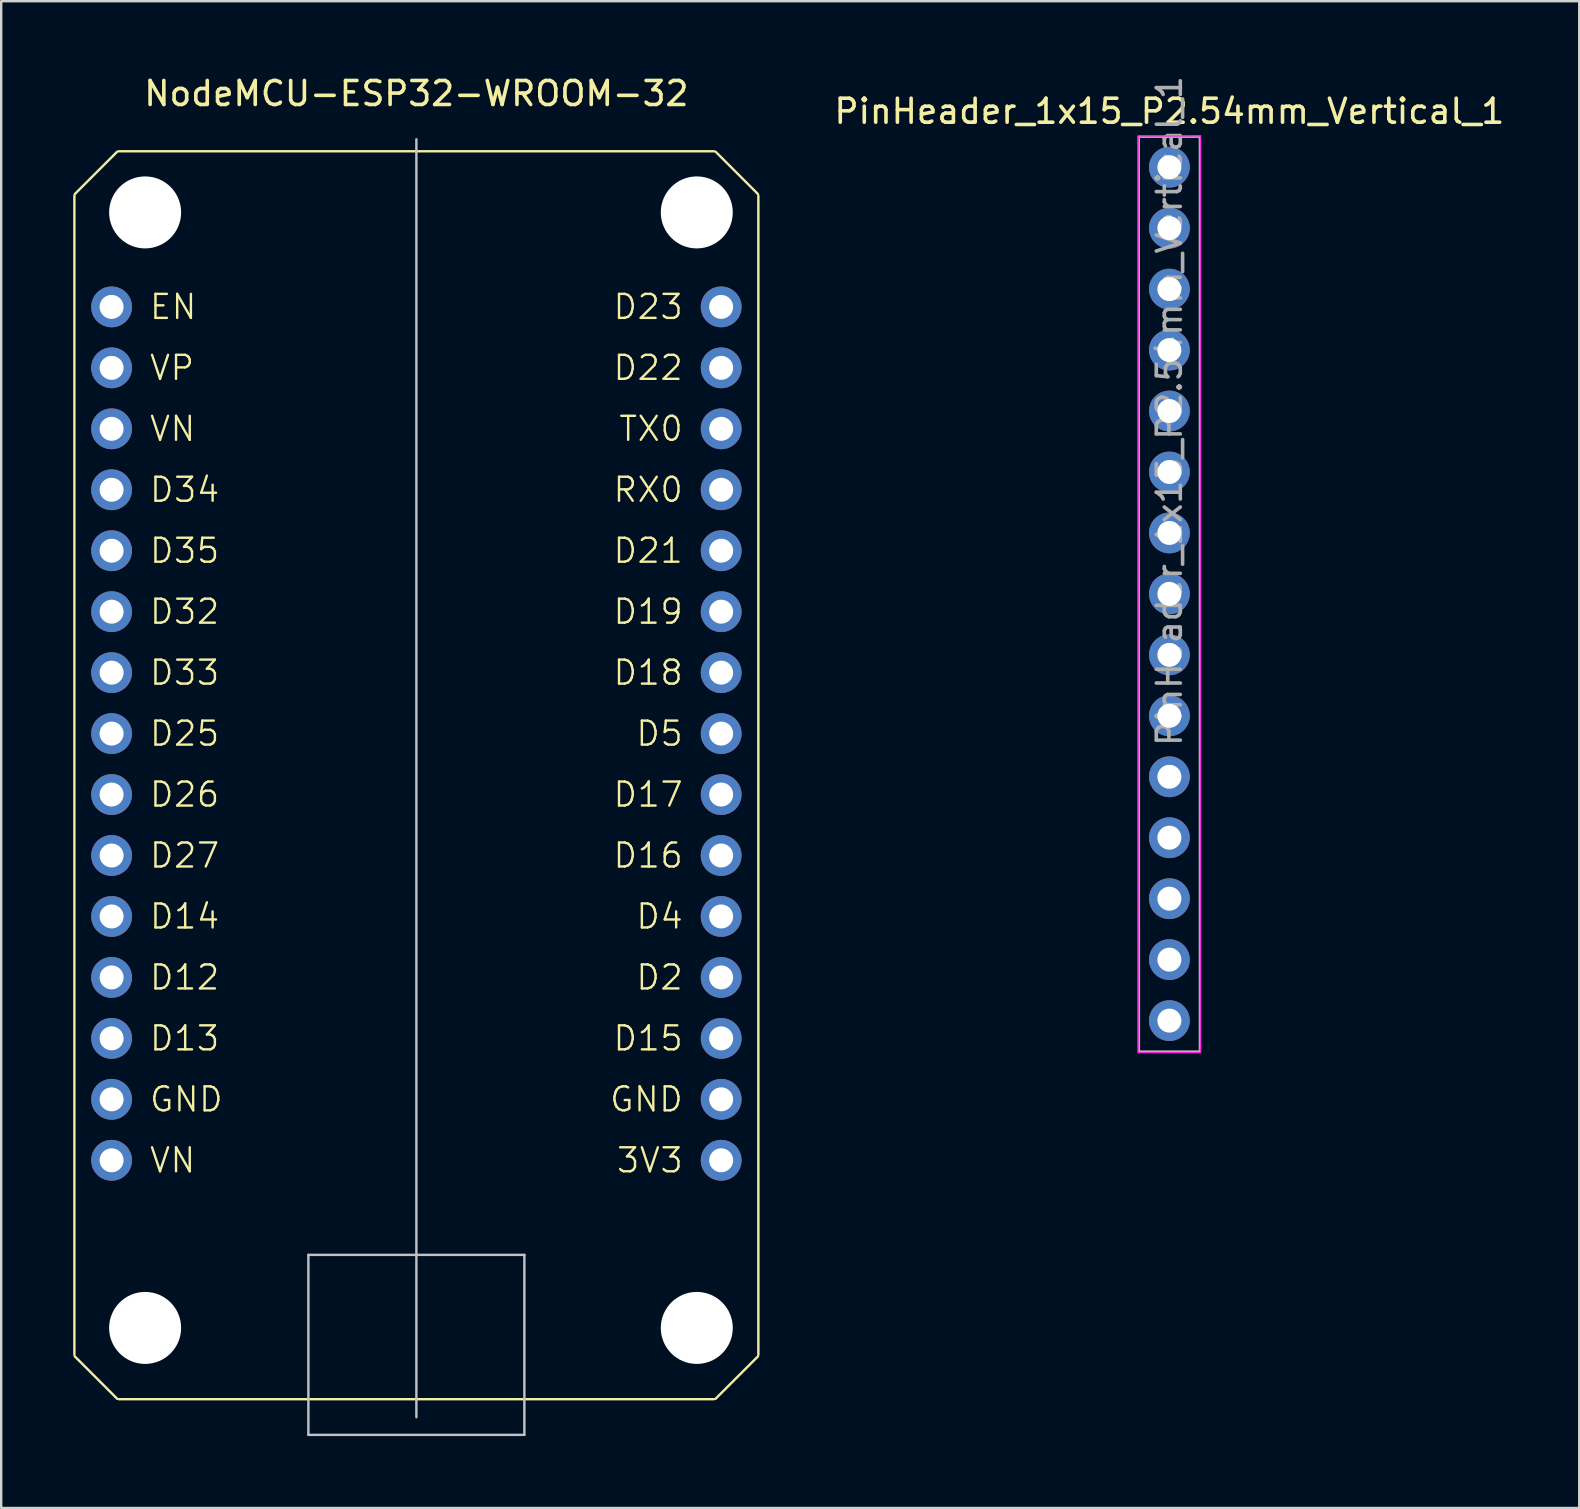
<source format=kicad_pcb>
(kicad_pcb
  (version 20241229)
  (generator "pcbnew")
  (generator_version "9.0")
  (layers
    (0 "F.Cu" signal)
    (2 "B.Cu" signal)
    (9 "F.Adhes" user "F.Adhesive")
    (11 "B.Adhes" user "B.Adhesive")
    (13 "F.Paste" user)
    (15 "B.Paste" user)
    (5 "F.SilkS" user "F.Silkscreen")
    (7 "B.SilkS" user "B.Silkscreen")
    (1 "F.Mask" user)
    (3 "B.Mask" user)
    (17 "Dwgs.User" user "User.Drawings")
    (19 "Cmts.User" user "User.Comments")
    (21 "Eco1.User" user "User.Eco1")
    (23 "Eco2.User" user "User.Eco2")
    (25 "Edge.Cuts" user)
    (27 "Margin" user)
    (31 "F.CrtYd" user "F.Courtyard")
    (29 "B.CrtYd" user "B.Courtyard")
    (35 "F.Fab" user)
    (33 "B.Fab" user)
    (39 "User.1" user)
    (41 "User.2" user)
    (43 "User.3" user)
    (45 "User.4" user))
  (footprint "PinHeader_1x15_P2.54mm_Vertical_1"
    (layer "F.Cu")
    (at 45.677 3.917)
    (property "Reference" "PinHeader_1x15_P2.54mm_Vertical_1" (at 0 -2.33 0) (layer "F.SilkS") (effects (font (size 1 1) (thickness 0.15))))
    (attr through_hole)
    (fp_line (start -1.3 -1.3) (end -1.3 36.895) (stroke (width 0.05) (type solid)) (layer "F.CrtYd"))
    (fp_line (start -1.3 36.895) (end 1.3 36.895) (stroke (width 0.05) (type solid)) (layer "F.CrtYd"))
    (fp_line (start 1.3 -1.3) (end -1.3 -1.3) (stroke (width 0.05) (type solid)) (layer "F.CrtYd"))
    (fp_line (start 1.3 36.895) (end 1.3 -1.3) (stroke (width 0.05) (type solid)) (layer "F.CrtYd"))
    (fp_line (start -1.275 -1.27) (end 1.27 -1.27) (stroke (width 0.1) (type solid)) (layer "F.Fab"))
    (fp_line (start -1.27 36.85) (end -1.275 -1.27) (stroke (width 0.1) (type solid)) (layer "F.Fab"))
    (fp_line (start 1.27 -1.27) (end 1.27 36.85) (stroke (width 0.1) (type solid)) (layer "F.Fab"))
    (fp_line (start 1.27 36.85) (end -1.27 36.85) (stroke (width 0.1) (type solid)) (layer "F.Fab"))
    (fp_text user "${REFERENCE}" (at 0 10.16 90) (layer "F.Fab") (effects (font (size 1 1) (thickness 0.15))))
    (pad "1" thru_hole oval (at 0 0) (size 1.7 1.7) (drill 1) (layers "*.Cu" "*.Mask"))
    (pad "2" thru_hole oval (at 0 2.54) (size 1.7 1.7) (drill 1) (layers "*.Cu" "*.Mask"))
    (pad "3" thru_hole oval (at 0 5.08) (size 1.7 1.7) (drill 1) (layers "*.Cu" "*.Mask"))
    (pad "4" thru_hole oval (at 0 7.62) (size 1.7 1.7) (drill 1) (layers "*.Cu" "*.Mask"))
    (pad "5" thru_hole oval (at 0 10.16) (size 1.7 1.7) (drill 1) (layers "*.Cu" "*.Mask"))
    (pad "6" thru_hole oval (at 0 12.7) (size 1.7 1.7) (drill 1) (layers "*.Cu" "*.Mask"))
    (pad "7" thru_hole oval (at 0 15.24) (size 1.7 1.7) (drill 1) (layers "*.Cu" "*.Mask"))
    (pad "8" thru_hole oval (at 0 17.78) (size 1.7 1.7) (drill 1) (layers "*.Cu" "*.Mask"))
    (pad "9" thru_hole oval (at 0 20.32) (size 1.7 1.7) (drill 1) (layers "*.Cu" "*.Mask"))
    (pad "10" thru_hole oval (at 0 22.86) (size 1.7 1.7) (drill 1) (layers "*.Cu" "*.Mask"))
    (pad "11" thru_hole oval (at 0 25.4) (size 1.7 1.7) (drill 1) (layers "*.Cu" "*.Mask"))
    (pad "12" thru_hole oval (at 0 27.94) (size 1.7 1.7) (drill 1) (layers "*.Cu" "*.Mask"))
    (pad "13" thru_hole oval (at 0 30.48) (size 1.7 1.7) (drill 1) (layers "*.Cu" "*.Mask"))
    (pad "14" thru_hole oval (at 0 33.02) (size 1.7 1.7) (drill 1) (layers "*.Cu" "*.Mask"))
    (pad "15" thru_hole oval (at 0 35.56) (size 1.7 1.7) (drill 1) (layers "*.Cu" "*.Mask")))
  (footprint "NodeMCU-ESP32-WROOM-32"
    (layer "F.Cu")
    (at 1.6 9.738)
    (property "Reference" "NodeMCU-ESP32-WROOM-32" (at 12.7 -8.89 0) (layer "F.SilkS") (effects (font (size 1 1) (thickness 0.15))))
    (attr through_hole)
    (fp_line (start -1.55 43.665) (end -1.55 -4.635) (stroke (width 0.1) (type default)) (layer "F.SilkS"))
    (fp_line (start 0.234 -6.469) (end -1.534 -4.701) (stroke (width 0.1) (type default)) (layer "F.SilkS"))
    (fp_line (start 0.234 45.499) (end -1.534 43.731) (stroke (width 0.1) (type default)) (layer "F.SilkS"))
    (fp_line (start 0.3 -6.485) (end 25.1 -6.485) (stroke (width 0.1) (type default)) (layer "F.SilkS"))
    (fp_line (start 25.1 45.515) (end 0.3 45.515) (stroke (width 0.1) (type default)) (layer "F.SilkS"))
    (fp_line (start 26.934 -4.701) (end 25.166 -6.469) (stroke (width 0.1) (type default)) (layer "F.SilkS"))
    (fp_line (start 26.934 43.731) (end 25.166 45.499) (stroke (width 0.1) (type default)) (layer "F.SilkS"))
    (fp_line (start 26.95 -4.635) (end 26.95 43.665) (stroke (width 0.1) (type default)) (layer "F.SilkS"))
    (fp_line (start 8.2 39.5) (end 8.2 47) (stroke (width 0.1) (type default)) (layer "Dwgs.User"))
    (fp_line (start 8.2 47) (end 17.2 47) (stroke (width 0.1) (type default)) (layer "Dwgs.User"))
    (fp_line (start 12.7 -6.985) (end 12.7 46.265) (stroke (width 0.1) (type default)) (layer "Dwgs.User"))
    (fp_line (start 17.2 39.5) (end 8.2 39.5) (stroke (width 0.1) (type default)) (layer "Dwgs.User"))
    (fp_line (start 17.2 47) (end 17.2 39.5) (stroke (width 0.1) (type default)) (layer "Dwgs.User"))
    (fp_text user "D19" (at 23.876 12.7 0) (unlocked yes) (layer "F.SilkS") (effects (font (size 1 1) (thickness 0.1)) (justify right)))
    (fp_text user "GND" (at 1.524 33.02 0) (unlocked yes) (layer "F.SilkS") (effects (font (size 1 1) (thickness 0.1)) (justify left)))
    (fp_text user "D35" (at 1.524 10.16 0) (unlocked yes) (layer "F.SilkS") (effects (font (size 1 1) (thickness 0.1)) (justify left)))
    (fp_text user "D32" (at 1.524 12.7 0) (unlocked yes) (layer "F.SilkS") (effects (font (size 1 1) (thickness 0.1)) (justify left)))
    (fp_text user "D33" (at 1.524 15.24 0) (unlocked yes) (layer "F.SilkS") (effects (font (size 1 1) (thickness 0.1)) (justify left)))
    (fp_text user "D26" (at 1.524 20.32 0) (unlocked yes) (layer "F.SilkS") (effects (font (size 1 1) (thickness 0.1)) (justify left)))
    (fp_text user "D27" (at 1.524 22.86 0) (unlocked yes) (layer "F.SilkS") (effects (font (size 1 1) (thickness 0.1)) (justify left)))
    (fp_text user "D23" (at 23.876 0 0) (unlocked yes) (layer "F.SilkS") (effects (font (size 1 1) (thickness 0.1)) (justify right)))
    (fp_text user "EN" (at 1.524 0 0) (unlocked yes) (layer "F.SilkS") (effects (font (size 1 1) (thickness 0.1)) (justify left)))
    (fp_text user "VN" (at 1.524 35.56 0) (unlocked yes) (layer "F.SilkS") (effects (font (size 1 1) (thickness 0.1)) (justify left)))
    (fp_text user "D13" (at 1.524 30.48 0) (unlocked yes) (layer "F.SilkS") (effects (font (size 1 1) (thickness 0.1)) (justify left)))
    (fp_text user "D12" (at 1.524 27.94 0) (unlocked yes) (layer "F.SilkS") (effects (font (size 1 1) (thickness 0.1)) (justify left)))
    (fp_text user "D34" (at 1.524 7.62 0) (unlocked yes) (layer "F.SilkS") (effects (font (size 1 1) (thickness 0.1)) (justify left)))
    (fp_text user "D2" (at 23.876 27.94 0) (unlocked yes) (layer "F.SilkS") (effects (font (size 1 1) (thickness 0.1)) (justify right)))
    (fp_text user "D21" (at 23.876 10.16 0) (unlocked yes) (layer "F.SilkS") (effects (font (size 1 1) (thickness 0.1)) (justify right)))
    (fp_text user "VN" (at 1.524 5.08 0) (unlocked yes) (layer "F.SilkS") (effects (font (size 1 1) (thickness 0.1)) (justify left)))
    (fp_text user "D15" (at 23.876 30.48 0) (unlocked yes) (layer "F.SilkS") (effects (font (size 1 1) (thickness 0.1)) (justify right)))
    (fp_text user "D4" (at 23.876 25.4 0) (unlocked yes) (layer "F.SilkS") (effects (font (size 1 1) (thickness 0.1)) (justify right)))
    (fp_text user "D14" (at 1.524 25.4 0) (unlocked yes) (layer "F.SilkS") (effects (font (size 1 1) (thickness 0.1)) (justify left)))
    (fp_text user "3V3" (at 23.876 35.56 0) (unlocked yes) (layer "F.SilkS") (effects (font (size 1 1) (thickness 0.1)) (justify right)))
    (fp_text user "TX0" (at 23.876 5.08 0) (unlocked yes) (layer "F.SilkS") (effects (font (size 1 1) (thickness 0.1)) (justify right)))
    (fp_text user "D25" (at 1.524 17.78 0) (unlocked yes) (layer "F.SilkS") (effects (font (size 1 1) (thickness 0.1)) (justify left)))
    (fp_text user "GND" (at 23.876 33.02 0) (unlocked yes) (layer "F.SilkS") (effects (font (size 1 1) (thickness 0.1)) (justify right)))
    (fp_text user "D5" (at 23.876 17.78 0) (unlocked yes) (layer "F.SilkS") (effects (font (size 1 1) (thickness 0.1)) (justify right)))
    (fp_text user "D17" (at 23.876 20.32 0) (unlocked yes) (layer "F.SilkS") (effects (font (size 1 1) (thickness 0.1)) (justify right)))
    (fp_text user "D22" (at 23.876 2.54 0) (unlocked yes) (layer "F.SilkS") (effects (font (size 1 1) (thickness 0.1)) (justify right)))
    (fp_text user "RX0" (at 23.876 7.62 0) (unlocked yes) (layer "F.SilkS") (effects (font (size 1 1) (thickness 0.1)) (justify right)))
    (fp_text user "VP" (at 1.524 2.54 0) (unlocked yes) (layer "F.SilkS") (effects (font (size 1 1) (thickness 0.1)) (justify left)))
    (fp_text user "D16" (at 23.876 22.86 0) (unlocked yes) (layer "F.SilkS") (effects (font (size 1 1) (thickness 0.1)) (justify right)))
    (fp_text user "D18" (at 23.876 15.24 0) (unlocked yes) (layer "F.SilkS") (effects (font (size 1 1) (thickness 0.1)) (justify right)))
    (pad "" np_thru_hole circle (at 1.397 -3.937) (size 3 3) (drill 3) (layers "*.Cu" "*.Mask"))
    (pad "" np_thru_hole circle (at 1.397 42.545) (size 3 3) (drill 3) (layers "*.Cu" "*.Mask"))
    (pad "" np_thru_hole circle (at 24.384 -3.937) (size 3 3) (drill 3) (layers "*.Cu" "*.Mask"))
    (pad "" np_thru_hole circle (at 24.384 42.545) (size 3 3) (drill 3) (layers "*.Cu" "*.Mask"))
    (pad "1" thru_hole oval (at 0 0) (size 1.7 1.7) (drill 1) (layers "*.Cu" "*.Mask"))
    (pad "2" thru_hole oval (at 0 2.54) (size 1.7 1.7) (drill 1) (layers "*.Cu" "*.Mask"))
    (pad "3" thru_hole oval (at 0 5.08) (size 1.7 1.7) (drill 1) (layers "*.Cu" "*.Mask"))
    (pad "4" thru_hole oval (at 0 7.62) (size 1.7 1.7) (drill 1) (layers "*.Cu" "*.Mask"))
    (pad "5" thru_hole oval (at 0 10.16) (size 1.7 1.7) (drill 1) (layers "*.Cu" "*.Mask"))
    (pad "6" thru_hole oval (at 0 12.7) (size 1.7 1.7) (drill 1) (layers "*.Cu" "*.Mask"))
    (pad "7" thru_hole oval (at 0 15.24) (size 1.7 1.7) (drill 1) (layers "*.Cu" "*.Mask"))
    (pad "8" thru_hole oval (at 0 17.78) (size 1.7 1.7) (drill 1) (layers "*.Cu" "*.Mask"))
    (pad "9" thru_hole oval (at 0 20.32) (size 1.7 1.7) (drill 1) (layers "*.Cu" "*.Mask"))
    (pad "10" thru_hole oval (at 0 22.86) (size 1.7 1.7) (drill 1) (layers "*.Cu" "*.Mask"))
    (pad "11" thru_hole oval (at 0 25.4) (size 1.7 1.7) (drill 1) (layers "*.Cu" "*.Mask"))
    (pad "12" thru_hole oval (at 0 27.94) (size 1.7 1.7) (drill 1) (layers "*.Cu" "*.Mask"))
    (pad "13" thru_hole oval (at 0 30.48) (size 1.7 1.7) (drill 1) (layers "*.Cu" "*.Mask"))
    (pad "14" thru_hole oval (at 0 33.02) (size 1.7 1.7) (drill 1) (layers "*.Cu" "*.Mask"))
    (pad "15" thru_hole oval (at 0 35.56) (size 1.7 1.7) (drill 1) (layers "*.Cu" "*.Mask"))
    (pad "16" thru_hole oval (at 25.4 35.56) (size 1.7 1.7) (drill 1) (layers "*.Cu" "*.Mask"))
    (pad "17" thru_hole oval (at 25.4 33.02) (size 1.7 1.7) (drill 1) (layers "*.Cu" "*.Mask"))
    (pad "18" thru_hole oval (at 25.4 30.48) (size 1.7 1.7) (drill 1) (layers "*.Cu" "*.Mask"))
    (pad "19" thru_hole oval (at 25.4 27.94) (size 1.7 1.7) (drill 1) (layers "*.Cu" "*.Mask"))
    (pad "20" thru_hole oval (at 25.4 25.4) (size 1.7 1.7) (drill 1) (layers "*.Cu" "*.Mask"))
    (pad "21" thru_hole oval (at 25.4 22.86) (size 1.7 1.7) (drill 1) (layers "*.Cu" "*.Mask"))
    (pad "22" thru_hole oval (at 25.4 20.32) (size 1.7 1.7) (drill 1) (layers "*.Cu" "*.Mask"))
    (pad "23" thru_hole oval (at 25.4 17.78) (size 1.7 1.7) (drill 1) (layers "*.Cu" "*.Mask"))
    (pad "24" thru_hole oval (at 25.4 15.24) (size 1.7 1.7) (drill 1) (layers "*.Cu" "*.Mask"))
    (pad "25" thru_hole oval (at 25.4 12.7) (size 1.7 1.7) (drill 1) (layers "*.Cu" "*.Mask"))
    (pad "26" thru_hole oval (at 25.4 10.16) (size 1.7 1.7) (drill 1) (layers "*.Cu" "*.Mask"))
    (pad "27" thru_hole oval (at 25.4 7.62) (size 1.7 1.7) (drill 1) (layers "*.Cu" "*.Mask"))
    (pad "28" thru_hole oval (at 25.4 5.08) (size 1.7 1.7) (drill 1) (layers "*.Cu" "*.Mask"))
    (pad "29" thru_hole oval (at 25.4 2.54) (size 1.7 1.7) (drill 1) (layers "*.Cu" "*.Mask"))
    (pad "30" thru_hole oval (at 25.4 0) (size 1.7 1.7) (drill 1) (layers "*.Cu" "*.Mask")))
  (gr_rect
    (start -3 -3)
    (end 62.755 59.788)
    (stroke (width 0.1) (type default))
    (fill no)
    (layer "Edge.Cuts")))
</source>
